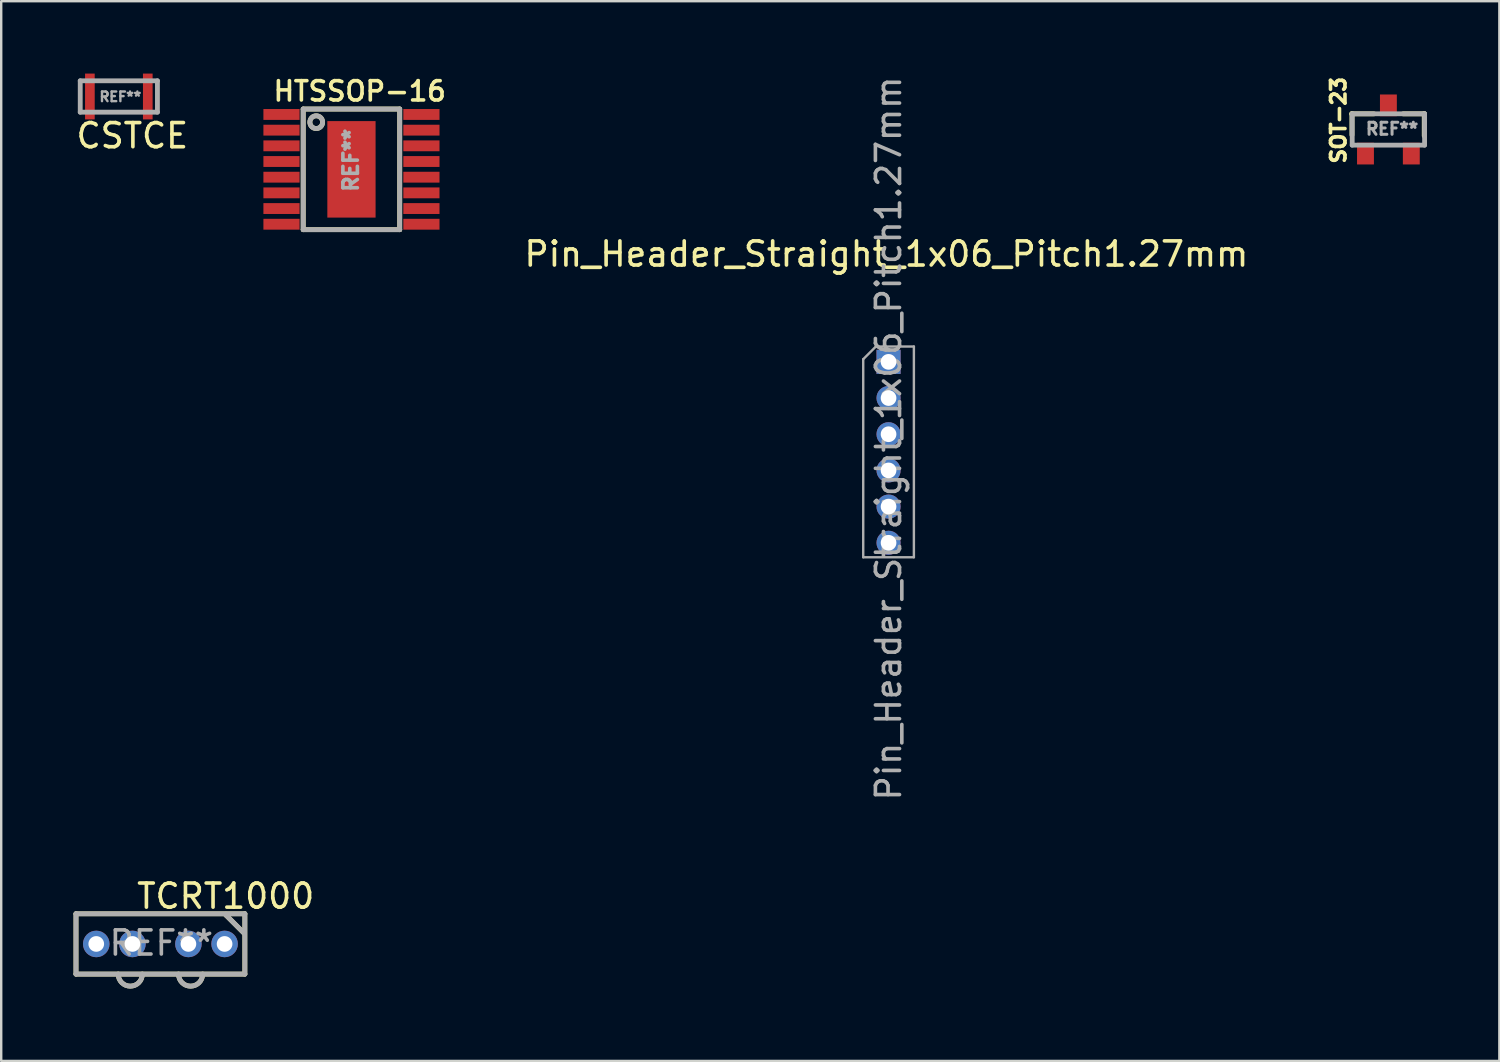
<source format=kicad_pcb>
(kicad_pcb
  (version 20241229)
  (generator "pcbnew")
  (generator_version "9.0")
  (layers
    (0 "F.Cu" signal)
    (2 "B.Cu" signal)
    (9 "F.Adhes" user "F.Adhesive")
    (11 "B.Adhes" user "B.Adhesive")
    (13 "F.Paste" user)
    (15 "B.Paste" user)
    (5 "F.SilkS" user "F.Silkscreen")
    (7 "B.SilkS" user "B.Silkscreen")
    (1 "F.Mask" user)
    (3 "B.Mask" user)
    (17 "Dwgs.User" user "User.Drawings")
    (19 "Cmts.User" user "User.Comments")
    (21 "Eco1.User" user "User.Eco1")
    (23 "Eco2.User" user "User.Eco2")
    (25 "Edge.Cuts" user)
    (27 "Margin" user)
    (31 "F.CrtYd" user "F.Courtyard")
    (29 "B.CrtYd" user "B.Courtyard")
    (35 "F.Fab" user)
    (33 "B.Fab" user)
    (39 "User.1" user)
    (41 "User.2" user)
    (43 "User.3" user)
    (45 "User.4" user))
  (footprint "SOT-23"
    (layer "F.Cu")
    (at 54.503 2.317)
    (property "Reference" "SOT-23" (at -2.07 -0.381 90) (layer "F.SilkS") (effects (font (size 0.6 0.6) (thickness 0.15))))
    (attr through_hole)
    (fp_line (start -1.524 -0.648) (end -0.597 -0.648) (stroke (width 0.2) (type solid)) (layer "F.SilkS"))
    (fp_line (start -1.511 -0.66) (end -1.511 0.229) (stroke (width 0.2) (type solid)) (layer "F.SilkS"))
    (fp_line (start 1.486 -0.66) (end 1.486 0.267) (stroke (width 0.2) (type solid)) (layer "F.SilkS"))
    (fp_line (start 1.499 -0.648) (end 0.61 -0.648) (stroke (width 0.2) (type solid)) (layer "F.SilkS"))
    (fp_line (start -1.5 -0.65) (end 1.5 -0.65) (stroke (width 0.2) (type solid)) (layer "F.Fab"))
    (fp_line (start -1.5 0.65) (end -1.5 -0.65) (stroke (width 0.2) (type solid)) (layer "F.Fab"))
    (fp_line (start -1.5 0.65) (end 1.5 0.65) (stroke (width 0.2) (type solid)) (layer "F.Fab"))
    (fp_line (start 1.5 0.65) (end 1.5 -0.65) (stroke (width 0.2) (type solid)) (layer "F.Fab"))
    (fp_text user "REF**" (at 0.152 -0.025 0) (layer "F.Fab") (effects (font (size 0.5 0.5) (thickness 0.125))))
    (pad "1" smd rect (at -0.95 1) (size 0.7 0.9) (layers "F.Cu" "F.Mask" "F.Paste"))
    (pad "2" smd rect (at 0.95 1) (size 0.7 0.9) (layers "F.Cu" "F.Mask" "F.Paste"))
    (pad "3" smd rect (at 0 -1) (size 0.7 0.9) (layers "F.Cu" "F.Mask" "F.Paste")))
  (footprint "TCRT1000"
    (layer "F.Cu")
    (at 3.6 36.079)
    (property "Reference" "TCRT1000" (at 2.705 -1.981 0) (layer "F.SilkS") (effects (font (size 1 1) (thickness 0.15))))
    (attr through_hole)
    (fp_line (start -3.5 -1.25) (end -3.5 1.25) (stroke (width 0.2) (type solid)) (layer "F.SilkS"))
    (fp_line (start -3.5 -1.25) (end 3.5 -1.25) (stroke (width 0.2) (type solid)) (layer "F.SilkS"))
    (fp_line (start -3.5 1.25) (end 3.5 1.25) (stroke (width 0.2) (type solid)) (layer "F.SilkS"))
    (fp_line (start 2.718 -1.232) (end 2.718 -1.194) (stroke (width 0.2) (type solid)) (layer "F.SilkS"))
    (fp_line (start 3.467 -0.445) (end 2.718 -1.194) (stroke (width 0.2) (type solid)) (layer "F.SilkS"))
    (fp_line (start 3.5 -1.25) (end 3.5 1.25) (stroke (width 0.2) (type solid)) (layer "F.SilkS"))
    (fp_arc (start -0.75 1.25) (mid -1.25 1.75) (end -1.75 1.25) (stroke (width 0.2) (type solid)) (layer "F.SilkS"))
    (fp_arc (start 1.75 1.25) (mid 1.25 1.75) (end 0.75 1.25) (stroke (width 0.2) (type solid)) (layer "F.SilkS"))
    (fp_line (start -3.5 -1.25) (end -3.5 1.25) (stroke (width 0.2) (type solid)) (layer "F.Fab"))
    (fp_line (start -3.5 -1.25) (end 3.5 -1.25) (stroke (width 0.2) (type solid)) (layer "F.Fab"))
    (fp_line (start -3.5 1.25) (end 3.5 1.25) (stroke (width 0.2) (type solid)) (layer "F.Fab"))
    (fp_line (start 3.467 -0.445) (end 2.718 -1.194) (stroke (width 0.2) (type solid)) (layer "F.Fab"))
    (fp_line (start 3.5 -1.25) (end 3.5 1.25) (stroke (width 0.2) (type solid)) (layer "F.Fab"))
    (fp_arc (start -0.75 1.25) (mid -1.25 1.75) (end -1.75 1.25) (stroke (width 0.2) (type solid)) (layer "F.Fab"))
    (fp_arc (start 1.75 1.25) (mid 1.25 1.75) (end 0.75 1.25) (stroke (width 0.2) (type solid)) (layer "F.Fab"))
    (fp_text user "REF**" (at 0.038 -0.038 0) (layer "F.Fab") (effects (font (size 1 1) (thickness 0.15))))
    (pad "1" thru_hole circle (at -2.66 0) (size 1.1 1.1) (drill 0.65) (layers "*.Cu" "*.Mask"))
    (pad "2" thru_hole circle (at -1.16 0) (size 1.1 1.1) (drill 0.65) (layers "*.Cu" "*.Mask"))
    (pad "3" thru_hole circle (at 1.16 0) (size 1.1 1.1) (drill 0.65) (layers "*.Cu" "*.Mask"))
    (pad "4" thru_hole circle (at 2.66 0) (size 1.1 1.1) (drill 0.65) (layers "*.Cu" "*.Mask")))
  (footprint "HTSSOP-16"
    (layer "F.Cu")
    (at 11.519 3.97)
    (property "Reference" "HTSSOP-16" (at 0.343 -3.239 0) (layer "F.SilkS") (effects (font (size 0.8 0.8) (thickness 0.15))))
    (attr smd)
    (fp_line (start -2 -2.5) (end 2 -2.5) (stroke (width 0.2) (type solid)) (layer "F.SilkS"))
    (fp_line (start -2 2.5) (end -2 -2.5) (stroke (width 0.2) (type solid)) (layer "F.SilkS"))
    (fp_line (start -2 2.5) (end 2 2.5) (stroke (width 0.2) (type solid)) (layer "F.SilkS"))
    (fp_line (start 2 -2.5) (end 2 2.5) (stroke (width 0.2) (type solid)) (layer "F.SilkS"))
    (fp_circle (center -1.46 -1.956) (end -1.245 -1.803) (stroke (width 0.2) (type solid)) (fill no) (layer "F.SilkS"))
    (fp_line (start -2 -2.5) (end 2 -2.5) (stroke (width 0.2) (type solid)) (layer "F.Fab"))
    (fp_line (start -2 2.5) (end -2 -2.5) (stroke (width 0.2) (type solid)) (layer "F.Fab"))
    (fp_line (start -2 2.5) (end 2 2.5) (stroke (width 0.2) (type solid)) (layer "F.Fab"))
    (fp_line (start 2 -2.5) (end 2 2.5) (stroke (width 0.2) (type solid)) (layer "F.Fab"))
    (fp_circle (center -1.46 -1.956) (end -1.196 -1.956) (stroke (width 0.2) (type solid)) (fill no) (layer "F.Fab"))
    (fp_text user "REF**" (at -0.025 -0.381 90) (layer "F.Fab") (effects (font (size 0.6 0.6) (thickness 0.15))))
    (pad "1" smd rect (at -2.9 -2.275) (size 1.5 0.45) (layers "F.Cu" "F.Mask" "F.Paste"))
    (pad "2" smd rect (at -2.9 -1.625) (size 1.5 0.45) (layers "F.Cu" "F.Mask" "F.Paste"))
    (pad "3" smd rect (at -2.9 -0.975) (size 1.5 0.45) (layers "F.Cu" "F.Mask" "F.Paste"))
    (pad "4" smd rect (at -2.9 -0.325) (size 1.5 0.45) (layers "F.Cu" "F.Mask" "F.Paste"))
    (pad "5" smd rect (at -2.9 0.325) (size 1.5 0.45) (layers "F.Cu" "F.Mask" "F.Paste"))
    (pad "6" smd rect (at -2.9 0.975) (size 1.5 0.45) (layers "F.Cu" "F.Mask" "F.Paste"))
    (pad "7" smd rect (at -2.9 1.625) (size 1.5 0.45) (layers "F.Cu" "F.Mask" "F.Paste"))
    (pad "8" smd rect (at -2.9 2.275) (size 1.5 0.45) (layers "F.Cu" "F.Mask" "F.Paste"))
    (pad "9" smd rect (at 2.9 2.275) (size 1.5 0.45) (layers "F.Cu" "F.Mask" "F.Paste"))
    (pad "10" smd rect (at 2.9 1.625) (size 1.5 0.45) (layers "F.Cu" "F.Mask" "F.Paste"))
    (pad "11" smd rect (at 2.9 0.975) (size 1.5 0.45) (layers "F.Cu" "F.Mask" "F.Paste"))
    (pad "12" smd rect (at 2.9 0.325) (size 1.5 0.45) (layers "F.Cu" "F.Mask" "F.Paste"))
    (pad "13" smd rect (at 0 0) (size 2 4) (layers "F.Cu" "F.Mask" "F.Paste"))
    (pad "13" smd rect (at 2.9 -0.325) (size 1.5 0.45) (layers "F.Cu" "F.Mask" "F.Paste"))
    (pad "14" smd rect (at 2.9 -0.975) (size 1.5 0.45) (layers "F.Cu" "F.Mask" "F.Paste"))
    (pad "15" smd rect (at 2.9 -1.625) (size 1.5 0.45) (layers "F.Cu" "F.Mask" "F.Paste"))
    (pad "16" smd rect (at 2.9 -2.275) (size 1.5 0.45) (layers "F.Cu" "F.Mask" "F.Paste")))
  (footprint "CSTCE"
    (layer "F.Cu")
    (at 1.876 0.95)
    (property "Reference" "CSTCE" (at 0.559 1.626 0) (layer "F.SilkS") (effects (font (size 1 1) (thickness 0.15))))
    (attr smd)
    (fp_line (start -1.6 -0.65) (end 1.6 -0.65) (stroke (width 0.2) (type solid)) (layer "F.Fab"))
    (fp_line (start -1.6 0.65) (end -1.6 -0.65) (stroke (width 0.2) (type solid)) (layer "F.Fab"))
    (fp_line (start -1.6 0.65) (end 1.6 0.65) (stroke (width 0.2) (type solid)) (layer "F.Fab"))
    (fp_line (start 1.6 0.65) (end 1.6 -0.65) (stroke (width 0.2) (type solid)) (layer "F.Fab"))
    (fp_text user "REF**" (at 0.064 0.013 0) (layer "F.Fab") (effects (font (size 0.4 0.4) (thickness 0.1))))
    (pad "1" smd rect (at -1.2 0) (size 0.4 1.9) (layers "F.Cu" "F.Mask" "F.Paste"))
    (pad "2" smd rect (at 1.2 0) (size 0.4 1.9) (layers "F.Cu" "F.Mask" "F.Paste")))
  (footprint "Pin_Header_Straight_1x06_Pitch1.27mm"
    (layer "F.Cu")
    (at 33.783 11.95)
    (property "Reference" "Pin_Header_Straight_1x06_Pitch1.27mm" (at -0.089 -4.47 0) (layer "F.SilkS") (effects (font (size 1 1) (thickness 0.15))))
    (attr through_hole)
    (fp_line (start -1.05 -0.11) (end -0.525 -0.635) (stroke (width 0.1) (type solid)) (layer "F.Fab"))
    (fp_line (start -1.05 8.1) (end -1.05 -0.11) (stroke (width 0.1) (type solid)) (layer "F.Fab"))
    (fp_line (start -0.525 -0.635) (end 1.05 -0.635) (stroke (width 0.1) (type solid)) (layer "F.Fab"))
    (fp_line (start 1.05 -0.635) (end 1.05 8.1) (stroke (width 0.1) (type solid)) (layer "F.Fab"))
    (fp_line (start 1.05 8.1) (end -1.05 8.1) (stroke (width 0.1) (type solid)) (layer "F.Fab"))
    (fp_text user "${REFERENCE}" (at 0 3.175 90) (layer "F.Fab") (effects (font (size 1 1) (thickness 0.15))))
    (pad "1" thru_hole rect (at 0 0) (size 1 1) (drill 0.65) (layers "*.Cu" "*.Mask"))
    (pad "2" thru_hole oval (at 0 1.5) (size 1 1) (drill 0.65) (layers "*.Cu" "*.Mask"))
    (pad "3" thru_hole oval (at 0 3) (size 1 1) (drill 0.65) (layers "*.Cu" "*.Mask"))
    (pad "4" thru_hole oval (at 0 4.5) (size 1 1) (drill 0.65) (layers "*.Cu" "*.Mask"))
    (pad "5" thru_hole oval (at 0 6) (size 1 1) (drill 0.65) (layers "*.Cu" "*.Mask"))
    (pad "6" thru_hole oval (at 0 7.5) (size 1 1) (drill 0.65) (layers "*.Cu" "*.Mask")))
  (gr_rect
    (start -3 -3)
    (end 59.103 40.929)
    (stroke (width 0.1) (type default))
    (fill no)
    (layer "Edge.Cuts")))
</source>
